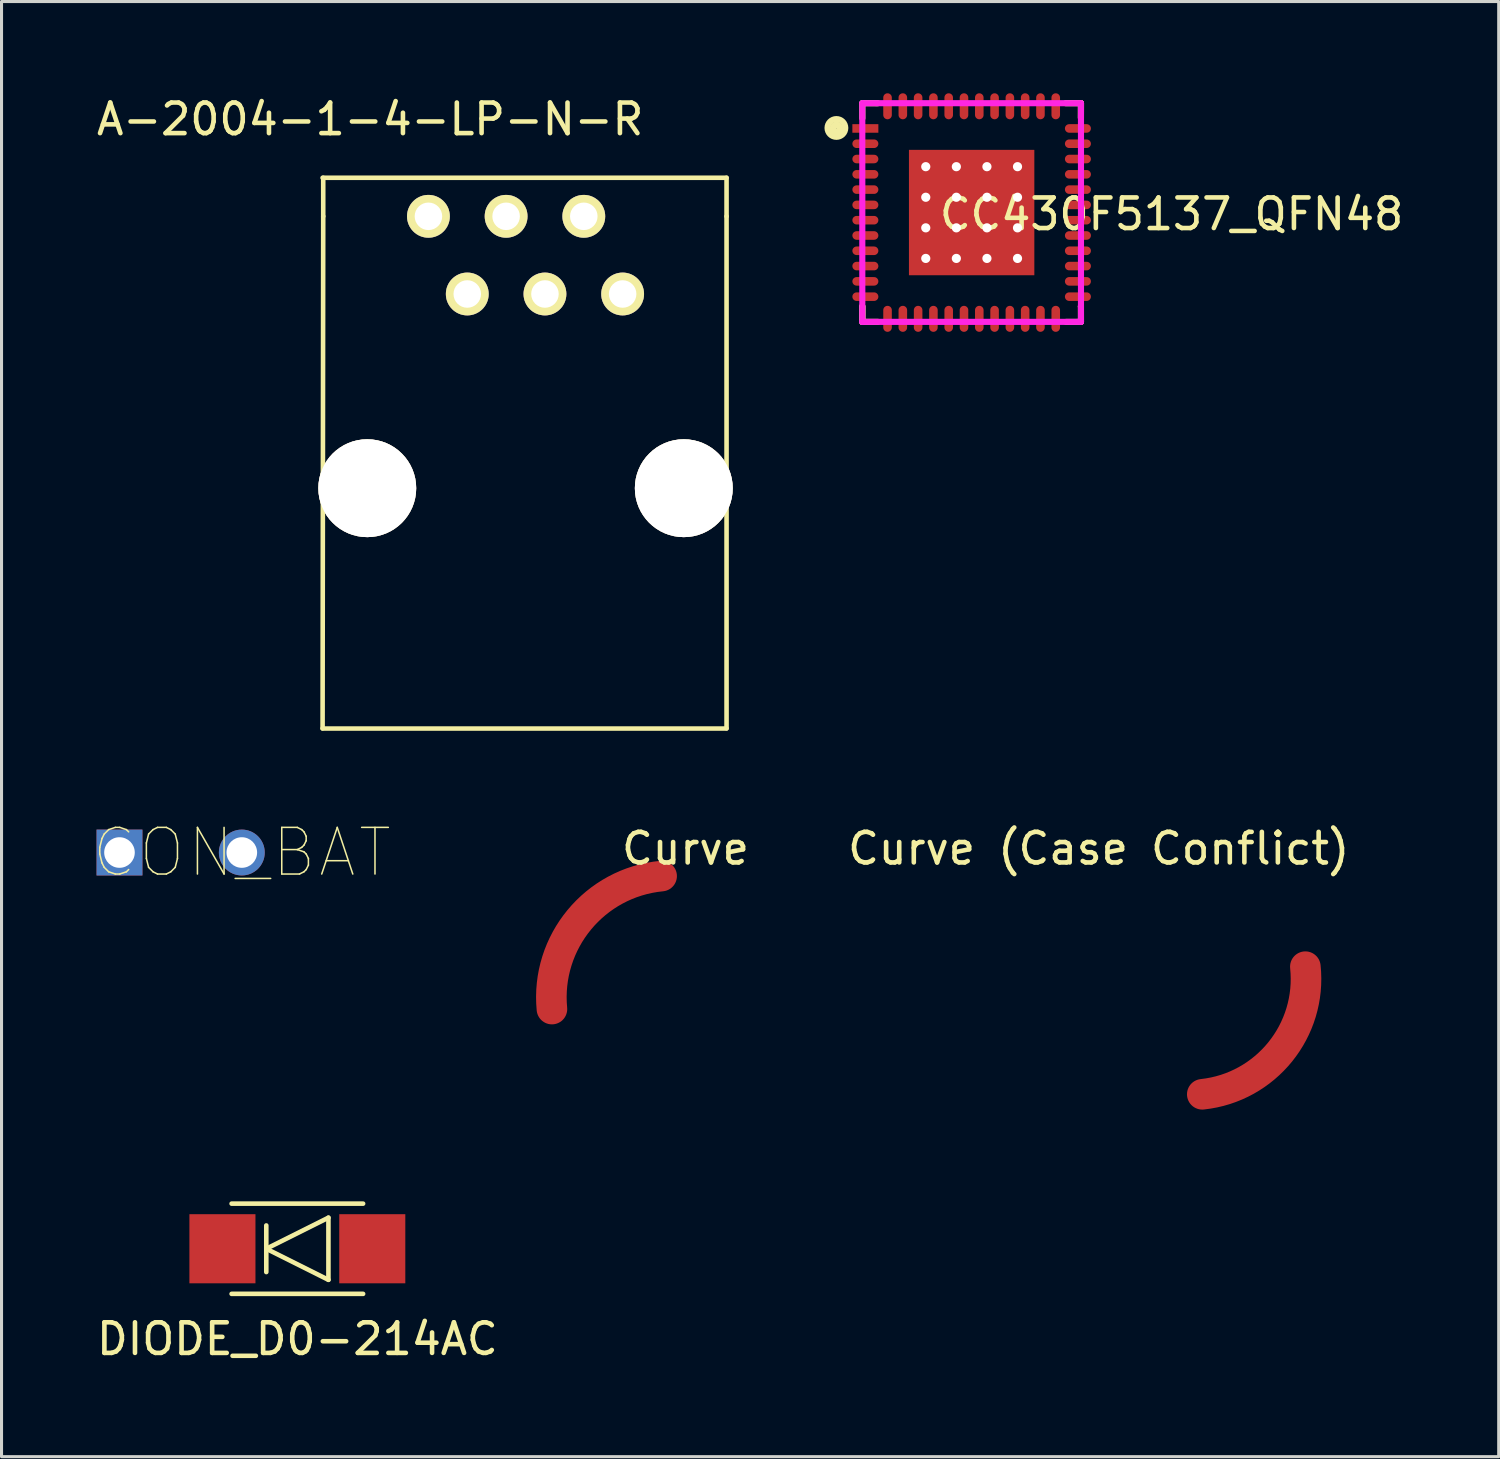
<source format=kicad_pcb>
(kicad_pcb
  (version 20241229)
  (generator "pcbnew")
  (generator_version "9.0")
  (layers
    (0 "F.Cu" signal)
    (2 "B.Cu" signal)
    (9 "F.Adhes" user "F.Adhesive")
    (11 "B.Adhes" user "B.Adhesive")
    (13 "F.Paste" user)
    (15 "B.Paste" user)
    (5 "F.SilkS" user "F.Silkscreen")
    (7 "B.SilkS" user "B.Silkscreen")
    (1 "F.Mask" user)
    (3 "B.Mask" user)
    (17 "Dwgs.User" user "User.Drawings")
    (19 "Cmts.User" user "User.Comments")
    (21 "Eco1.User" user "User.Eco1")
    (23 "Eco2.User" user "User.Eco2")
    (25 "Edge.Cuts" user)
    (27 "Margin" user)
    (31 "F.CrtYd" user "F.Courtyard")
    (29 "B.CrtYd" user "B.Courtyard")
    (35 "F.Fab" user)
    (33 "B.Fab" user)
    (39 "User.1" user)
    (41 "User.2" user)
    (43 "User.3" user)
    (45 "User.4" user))
  (footprint "CC430F5137_QFN48"
    (layer "F.Cu")
    (at 28.721 3.9)
    (property "Reference" "CC430F5137_QFN48" (at 6.538 0.051 0) (layer "F.SilkS") (effects (font (size 1 1) (thickness 0.15))))
    (attr through_hole)
    (fp_line (start -3.575 -3.575) (end -3.574 -3.081) (stroke (width 0.2) (type solid)) (layer "F.SilkS"))
    (fp_line (start -3.575 -3.575) (end -3.071 -3.574) (stroke (width 0.2) (type solid)) (layer "F.SilkS"))
    (fp_line (start -3.575 3.575) (end -3.574 3.066) (stroke (width 0.2) (type solid)) (layer "F.SilkS"))
    (fp_line (start -3.575 3.575) (end -3.068 3.574) (stroke (width 0.2) (type solid)) (layer "F.SilkS"))
    (fp_line (start -3.574 3.066) (end -3.575 3.575) (stroke (width 0.2) (type solid)) (layer "F.SilkS"))
    (fp_line (start 3.574 -3.091) (end 3.575 -3.575) (stroke (width 0.2) (type solid)) (layer "F.SilkS"))
    (fp_line (start 3.574 3.071) (end 3.571 3.068) (stroke (width 0.2) (type solid)) (layer "F.SilkS"))
    (fp_line (start 3.575 -3.575) (end 3.073 -3.576) (stroke (width 0.2) (type solid)) (layer "F.SilkS"))
    (fp_line (start 3.575 -3.575) (end 3.574 -3.091) (stroke (width 0.2) (type solid)) (layer "F.SilkS"))
    (fp_line (start 3.575 3.575) (end 3.091 3.576) (stroke (width 0.2) (type solid)) (layer "F.SilkS"))
    (fp_line (start 3.575 3.575) (end 3.574 3.071) (stroke (width 0.2) (type solid)) (layer "F.SilkS"))
    (fp_circle (center -4.422 -2.766) (end -4.148 -2.672) (stroke (width 0.2) (type solid)) (fill no) (layer "F.SilkS"))
    (fp_circle (center -4.422 -2.756) (end -4.305 -2.743) (stroke (width 0.2) (type solid)) (fill no) (layer "F.SilkS"))
    (fp_circle (center -4.42 -2.756) (end -4.415 -2.751) (stroke (width 0.2) (type solid)) (fill no) (layer "F.SilkS"))
    (fp_line (start -3.575 -3.575) (end 3.575 -3.575) (stroke (width 0.2) (type solid)) (layer "F.CrtYd"))
    (fp_line (start -3.575 3.575) (end -3.575 -3.575) (stroke (width 0.2) (type solid)) (layer "F.CrtYd"))
    (fp_line (start 3.575 -3.575) (end 3.575 3.575) (stroke (width 0.2) (type solid)) (layer "F.CrtYd"))
    (fp_line (start 3.575 3.575) (end -3.575 3.575) (stroke (width 0.2) (type solid)) (layer "F.CrtYd"))
    (pad "" np_thru_hole circle (at -1.5 -1.5) (size 0.3 0.3) (drill 0.3) (layers "*.Cu"))
    (pad "" np_thru_hole circle (at -1.5 -0.5) (size 0.3 0.3) (drill 0.3) (layers "*.Cu"))
    (pad "" np_thru_hole circle (at -1.5 0.5) (size 0.3 0.3) (drill 0.3) (layers "*.Cu"))
    (pad "" np_thru_hole circle (at -1.5 1.5) (size 0.3 0.3) (drill 0.3) (layers "*.Cu"))
    (pad "" np_thru_hole circle (at -0.5 -1.5) (size 0.3 0.3) (drill 0.3) (layers "*.Cu"))
    (pad "" np_thru_hole circle (at -0.5 -0.5) (size 0.3 0.3) (drill 0.3) (layers "*.Cu"))
    (pad "" np_thru_hole circle (at -0.5 0.5) (size 0.3 0.3) (drill 0.3) (layers "*.Cu"))
    (pad "" np_thru_hole circle (at -0.5 1.5) (size 0.3 0.3) (drill 0.3) (layers "*.Cu"))
    (pad "" np_thru_hole circle (at 0.5 -1.5) (size 0.3 0.3) (drill 0.3) (layers "*.Cu"))
    (pad "" np_thru_hole circle (at 0.5 -0.5) (size 0.3 0.3) (drill 0.3) (layers "*.Cu"))
    (pad "" np_thru_hole circle (at 0.5 0.5) (size 0.3 0.3) (drill 0.3) (layers "*.Cu"))
    (pad "" np_thru_hole circle (at 0.5 1.5) (size 0.3 0.3) (drill 0.3) (layers "*.Cu"))
    (pad "" np_thru_hole circle (at 1.5 -1.5) (size 0.3 0.3) (drill 0.3) (layers "*.Cu"))
    (pad "" np_thru_hole circle (at 1.5 -0.5) (size 0.3 0.3) (drill 0.3) (layers "*.Cu"))
    (pad "" np_thru_hole circle (at 1.5 0.5) (size 0.3 0.3) (drill 0.3) (layers "*.Cu"))
    (pad "" np_thru_hole circle (at 1.5 1.5) (size 0.3 0.3) (drill 0.3) (layers "*.Cu"))
    (pad "1" smd rect (at -3.475 -2.75) (size 0.85 0.28) (layers "F.Cu" "F.Mask" "F.Paste"))
    (pad "2" smd oval (at -3.475 -2.25) (size 0.85 0.28) (layers "F.Cu" "F.Mask" "F.Paste"))
    (pad "3" smd oval (at -3.475 -1.75) (size 0.85 0.28) (layers "F.Cu" "F.Mask" "F.Paste"))
    (pad "4" smd oval (at -3.475 -1.25) (size 0.85 0.28) (layers "F.Cu" "F.Mask" "F.Paste"))
    (pad "5" smd oval (at -3.475 -0.75) (size 0.85 0.28) (layers "F.Cu" "F.Mask" "F.Paste"))
    (pad "6" smd oval (at -3.475 -0.25) (size 0.85 0.28) (layers "F.Cu" "F.Mask" "F.Paste"))
    (pad "7" smd oval (at -3.475 0.25) (size 0.85 0.28) (layers "F.Cu" "F.Mask" "F.Paste"))
    (pad "8" smd oval (at -3.475 0.75) (size 0.85 0.28) (layers "F.Cu" "F.Mask" "F.Paste"))
    (pad "9" smd oval (at -3.475 1.25) (size 0.85 0.28) (layers "F.Cu" "F.Mask" "F.Paste"))
    (pad "10" smd oval (at -3.475 1.75) (size 0.85 0.28) (layers "F.Cu" "F.Mask" "F.Paste"))
    (pad "11" smd oval (at -3.475 2.25) (size 0.85 0.28) (layers "F.Cu" "F.Mask" "F.Paste"))
    (pad "12" smd oval (at -3.475 2.75) (size 0.85 0.28) (layers "F.Cu" "F.Mask" "F.Paste"))
    (pad "13" smd oval (at -2.75 3.475) (size 0.28 0.85) (layers "F.Cu" "F.Mask" "F.Paste"))
    (pad "14" smd oval (at -2.25 3.475) (size 0.28 0.85) (layers "F.Cu" "F.Mask" "F.Paste"))
    (pad "15" smd oval (at -1.75 3.475) (size 0.28 0.85) (layers "F.Cu" "F.Mask" "F.Paste"))
    (pad "16" smd oval (at -1.25 3.475) (size 0.28 0.85) (layers "F.Cu" "F.Mask" "F.Paste"))
    (pad "17" smd oval (at -0.75 3.475) (size 0.28 0.85) (layers "F.Cu" "F.Mask" "F.Paste"))
    (pad "18" smd oval (at -0.25 3.475) (size 0.28 0.85) (layers "F.Cu" "F.Mask" "F.Paste"))
    (pad "19" smd oval (at 0.25 3.475) (size 0.28 0.85) (layers "F.Cu" "F.Mask" "F.Paste"))
    (pad "20" smd oval (at 0.75 3.475) (size 0.28 0.85) (layers "F.Cu" "F.Mask" "F.Paste"))
    (pad "21" smd oval (at 1.25 3.475) (size 0.28 0.85) (layers "F.Cu" "F.Mask" "F.Paste"))
    (pad "22" smd oval (at 1.75 3.475) (size 0.28 0.85) (layers "F.Cu" "F.Mask" "F.Paste"))
    (pad "23" smd oval (at 2.25 3.475) (size 0.28 0.85) (layers "F.Cu" "F.Mask" "F.Paste"))
    (pad "24" smd oval (at 2.75 3.475) (size 0.28 0.85) (layers "F.Cu" "F.Mask" "F.Paste"))
    (pad "25" smd oval (at 3.475 2.75) (size 0.85 0.28) (layers "F.Cu" "F.Mask" "F.Paste"))
    (pad "26" smd oval (at 3.475 2.25) (size 0.85 0.28) (layers "F.Cu" "F.Mask" "F.Paste"))
    (pad "27" smd oval (at 3.475 1.75) (size 0.85 0.28) (layers "F.Cu" "F.Mask" "F.Paste"))
    (pad "28" smd oval (at 3.475 1.25) (size 0.85 0.28) (layers "F.Cu" "F.Mask" "F.Paste"))
    (pad "29" smd oval (at 3.475 0.75) (size 0.85 0.28) (layers "F.Cu" "F.Mask" "F.Paste"))
    (pad "30" smd oval (at 3.475 0.25) (size 0.85 0.28) (layers "F.Cu" "F.Mask" "F.Paste"))
    (pad "31" smd oval (at 3.475 -0.25) (size 0.85 0.28) (layers "F.Cu" "F.Mask" "F.Paste"))
    (pad "32" smd oval (at 3.475 -0.75) (size 0.85 0.28) (layers "F.Cu" "F.Mask" "F.Paste"))
    (pad "33" smd oval (at 3.475 -1.25) (size 0.85 0.28) (layers "F.Cu" "F.Mask" "F.Paste"))
    (pad "34" smd oval (at 3.475 -1.75) (size 0.85 0.28) (layers "F.Cu" "F.Mask" "F.Paste"))
    (pad "35" smd oval (at 3.475 -2.25) (size 0.85 0.28) (layers "F.Cu" "F.Mask" "F.Paste"))
    (pad "36" smd oval (at 3.475 -2.75) (size 0.85 0.28) (layers "F.Cu" "F.Mask" "F.Paste"))
    (pad "37" smd oval (at 2.75 -3.475) (size 0.28 0.85) (layers "F.Cu" "F.Mask" "F.Paste"))
    (pad "38" smd oval (at 2.25 -3.475) (size 0.28 0.85) (layers "F.Cu" "F.Mask" "F.Paste"))
    (pad "39" smd oval (at 1.75 -3.475) (size 0.28 0.85) (layers "F.Cu" "F.Mask" "F.Paste"))
    (pad "40" smd oval (at 1.25 -3.475) (size 0.28 0.85) (layers "F.Cu" "F.Mask" "F.Paste"))
    (pad "41" smd oval (at 0.75 -3.475) (size 0.28 0.85) (layers "F.Cu" "F.Mask" "F.Paste"))
    (pad "42" smd oval (at 0.25 -3.475) (size 0.28 0.85) (layers "F.Cu" "F.Mask" "F.Paste"))
    (pad "43" smd oval (at -0.25 -3.475) (size 0.28 0.85) (layers "F.Cu" "F.Mask" "F.Paste"))
    (pad "44" smd oval (at -0.75 -3.475) (size 0.28 0.85) (layers "F.Cu" "F.Mask" "F.Paste"))
    (pad "45" smd oval (at -1.25 -3.475) (size 0.28 0.85) (layers "F.Cu" "F.Mask" "F.Paste"))
    (pad "46" smd oval (at -1.75 -3.475) (size 0.28 0.85) (layers "F.Cu" "F.Mask" "F.Paste"))
    (pad "47" smd oval (at -2.25 -3.475) (size 0.28 0.85) (layers "F.Cu" "F.Mask" "F.Paste"))
    (pad "48" smd oval (at -2.75 -3.475) (size 0.28 0.85) (layers "F.Cu" "F.Mask" "F.Paste"))
    (pad "EPAD" smd rect (at 0 0) (size 4.1 4.1) (layers "F.Cu" "F.Mask" "F.Paste")))
  (footprint "Curve"
    (layer "F.Cu")
    (at 12.965 29.945)
    (property "Reference" "Curve" (at 6.4 -5.25 0) (layer "F.SilkS") (effects (font (size 1 1) (thickness 0.15))))
    (attr through_hole)
    (fp_arc (start 2.032 0) (mid 2.924793 -2.917392) (end 5.619 -4.349) (stroke (width 1) (type solid)) (layer "F.Cu")))
  (footprint "CON_BAT"
    (layer "F.Cu")
    (at 4.857 24.826)
    (property "Reference" "CON_BAT" (at 0 0 0) (layer "F.SilkS") (effects (font (size 1.524 1.524) (thickness 0.05))))
    (attr smd)
    (pad "+" thru_hole circle (at 0 0 270) (size 1.5 1.5) (drill 1) (layers "*.Cu" "*.Paste" "*.Mask"))
    (pad "-" thru_hole rect (at -4 0 270) (size 1.5 1.5) (drill 1) (layers "*.Cu" "*.Paste" "*.Mask")))
  (footprint "A-2004-1-4-LP-N-R"
    (layer "F.Cu")
    (at 14.134 4.023)
    (property "Reference" "A-2004-1-4-LP-N-R" (at -5.08 -3.175 0) (layer "F.SilkS") (effects (font (size 1 1) (thickness 0.15))))
    (attr through_hole)
    (fp_line (start -6.637 16.749) (end 6.571 16.749) (stroke (width 0.15) (type solid)) (layer "F.SilkS"))
    (fp_line (start -6.615 0) (end -6.636 16.74) (stroke (width 0.15) (type solid)) (layer "F.SilkS"))
    (fp_line (start -6.615 0) (end -6.615 -1.26) (stroke (width 0.15) (type solid)) (layer "F.SilkS"))
    (fp_line (start 6.573 -1.26) (end -6.636 -1.26) (stroke (width 0.15) (type solid)) (layer "F.SilkS"))
    (fp_line (start 6.573 0) (end 6.573 -1.26) (stroke (width 0.15) (type solid)) (layer "F.SilkS"))
    (fp_line (start 6.573 0) (end 6.573 16.74) (stroke (width 0.15) (type solid)) (layer "F.SilkS"))
    (pad "1" thru_hole circle (at -3.175 0) (size 1.4 1.4) (drill 0.9) (layers "*.Cu" "*.Mask" "F.SilkS"))
    (pad "2" thru_hole circle (at -1.905 2.54) (size 1.4 1.4) (drill 0.9) (layers "*.Cu" "*.Mask" "F.SilkS"))
    (pad "3" thru_hole circle (at -0.635 0) (size 1.4 1.4) (drill 0.9) (layers "*.Cu" "*.Mask" "F.SilkS"))
    (pad "4" thru_hole circle (at 0.635 2.54) (size 1.4 1.4) (drill 0.9) (layers "*.Cu" "*.Mask" "F.SilkS"))
    (pad "5" thru_hole circle (at 1.905 0) (size 1.4 1.4) (drill 0.9) (layers "*.Cu" "*.Mask" "F.SilkS"))
    (pad "6" thru_hole circle (at 3.175 2.54) (size 1.4 1.4) (drill 0.9) (layers "*.Cu" "*.Mask" "F.SilkS"))
    (pad "~" thru_hole circle (at -5.175 8.89) (size 3.2 3.2) (drill 3.2) (layers "*.Cu" "*.Mask" "F.SilkS"))
    (pad "~" thru_hole circle (at 5.175 8.89) (size 3.2 3.2) (drill 3.2) (layers "*.Cu" "*.Mask" "F.SilkS")))
  (footprint "Curve (Case Conflict)"
    (layer "F.Cu")
    (at 35.668 28.693)
    (property "Reference" "Curve (Case Conflict)" (at -2.791 -3.998 0) (layer "F.SilkS") (effects (font (size 1 1) (thickness 0.15))))
    (attr through_hole)
    (fp_arc (start 3.96494 -0.13462) (mid 3.143952 2.65006) (end 0.59436 4.0386) (stroke (width 1) (type solid)) (layer "F.Cu")))
  (footprint "DIODE_D0-214AC"
    (layer "F.Cu")
    (at 6.673 37.782)
    (property "Reference" "DIODE_D0-214AC" (at 0 2.95 0) (layer "F.SilkS") (effects (font (size 1 1) (thickness 0.15))))
    (attr through_hole)
    (fp_line (start -2.15 -1.475) (end 2.15 -1.475) (stroke (width 0.15) (type solid)) (layer "F.SilkS"))
    (fp_line (start -1.016 -0.762) (end -1.016 0.762) (stroke (width 0.15) (type solid)) (layer "F.SilkS"))
    (fp_line (start -1.016 0) (end 1.016 -1.016) (stroke (width 0.15) (type solid)) (layer "F.SilkS"))
    (fp_line (start 1.016 -1.016) (end 1.016 1.016) (stroke (width 0.15) (type solid)) (layer "F.SilkS"))
    (fp_line (start 1.016 1.016) (end -1.016 0) (stroke (width 0.15) (type solid)) (layer "F.SilkS"))
    (fp_line (start 2.15 1.475) (end -2.15 1.475) (stroke (width 0.15) (type solid)) (layer "F.SilkS"))
    (pad "1" smd rect (at -2.45 0) (size 2.16 2.26) (layers "F.Cu" "F.Mask" "F.Paste"))
    (pad "2" smd rect (at 2.45 0) (size 2.16 2.26) (layers "F.Cu" "F.Mask" "F.Paste")))
  (gr_rect
    (start -3 -3)
    (end 45.955 44.58)
    (stroke (width 0.1) (type default))
    (fill no)
    (layer "Edge.Cuts")))
</source>
